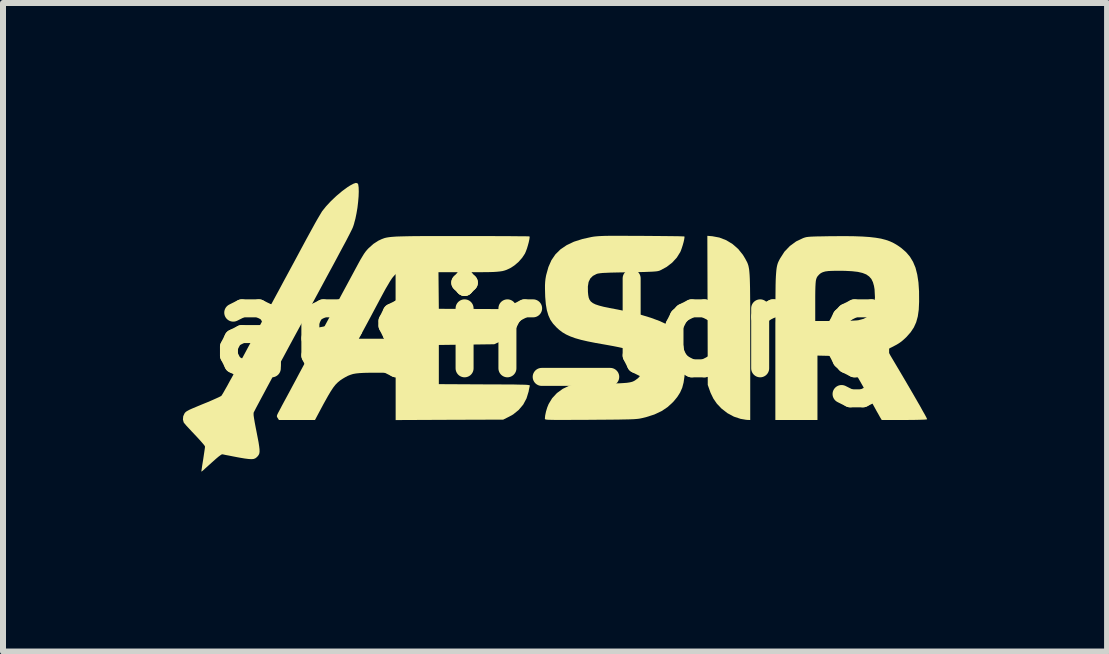
<source format=kicad_pcb>
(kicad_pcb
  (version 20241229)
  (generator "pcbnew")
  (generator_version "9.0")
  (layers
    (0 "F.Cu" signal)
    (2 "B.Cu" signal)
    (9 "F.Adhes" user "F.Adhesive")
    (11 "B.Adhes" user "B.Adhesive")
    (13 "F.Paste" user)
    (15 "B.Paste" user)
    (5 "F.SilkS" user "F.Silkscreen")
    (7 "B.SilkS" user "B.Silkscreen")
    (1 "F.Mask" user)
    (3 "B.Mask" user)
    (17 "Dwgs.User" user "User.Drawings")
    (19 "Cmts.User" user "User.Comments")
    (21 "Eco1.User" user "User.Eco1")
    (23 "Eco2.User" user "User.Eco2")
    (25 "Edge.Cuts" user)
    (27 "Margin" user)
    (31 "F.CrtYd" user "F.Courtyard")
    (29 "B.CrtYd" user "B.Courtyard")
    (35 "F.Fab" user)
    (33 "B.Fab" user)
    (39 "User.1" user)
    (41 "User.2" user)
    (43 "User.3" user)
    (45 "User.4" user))
  (footprint "aesir_long"
    (layer "F.Cu")
    (at 6.232 2.413)
    (property "Reference" "aesir_long" (at 0 0 0) (layer "F.SilkS") (effects (font (size 1.5 1.5) (thickness 0.3))))
    (attr board_only exclude_from_pos_files exclude_from_bom)
    (fp_poly (pts (xy 2.596 -1.524) (xy 2.713 -1.502) (xy 2.827 -1.458) (xy 2.932 -1.394) (xy 3.026 -1.312) (xy 3.105 -1.214) (xy 3.146 -1.146) (xy 3.159 -1.121) (xy 3.171 -1.099) (xy 3.181 -1.078) (xy 3.189 -1.056) (xy 3.197 -1.031) (xy 3.203 -1.002) (xy 3.209 -0.968) (xy 3.213 -0.926) (xy 3.217 -0.876) (xy 3.22 -0.816) (xy 3.222 -0.745) (xy 3.224 -0.66) (xy 3.225 -0.56) (xy 3.226 -0.444) (xy 3.227 -0.311) (xy 3.227 -0.158) (xy 3.227 0.016) (xy 3.227 0.212) (xy 3.227 0.317) (xy 3.227 1.54) (xy 3.187 1.539) (xy 3.154 1.536) (xy 3.108 1.528) (xy 3.067 1.521) (xy 2.955 1.484) (xy 2.847 1.426) (xy 2.748 1.349) (xy 2.671 1.268) (xy 2.613 1.184) (xy 2.566 1.087) (xy 2.553 1.051) (xy 2.519 0.955) (xy 2.516 -0.288) (xy 2.512 -1.531)) (stroke (width 0) (type solid)) (fill yes) (layer "F.SilkS"))
    (fp_poly (pts (xy 4.964 -1.524) (xy 5.099 -1.519) (xy 5.216 -1.511) (xy 5.319 -1.499) (xy 5.408 -1.484) (xy 5.488 -1.463) (xy 5.559 -1.438) (xy 5.624 -1.407) (xy 5.686 -1.37) (xy 5.747 -1.327) (xy 5.748 -1.326) (xy 5.825 -1.259) (xy 5.89 -1.183) (xy 5.942 -1.097) (xy 5.983 -0.999) (xy 6.012 -0.885) (xy 6.032 -0.755) (xy 6.042 -0.606) (xy 6.043 -0.435) (xy 6.043 -0.431) (xy 6.037 -0.299) (xy 6.021 -0.187) (xy 5.994 -0.089) (xy 5.955 -0.003) (xy 5.902 0.077) (xy 5.833 0.155) (xy 5.828 0.16) (xy 5.786 0.199) (xy 5.746 0.233) (xy 5.703 0.263) (xy 5.651 0.293) (xy 5.586 0.327) (xy 5.509 0.364) (xy 5.513 0.375) (xy 5.528 0.401) (xy 5.55 0.439) (xy 5.56 0.457) (xy 5.646 0.602) (xy 5.729 0.742) (xy 5.808 0.876) (xy 5.881 1.001) (xy 5.948 1.116) (xy 6.008 1.22) (xy 6.061 1.312) (xy 6.104 1.39) (xy 6.139 1.451) (xy 6.163 1.496) (xy 6.175 1.522) (xy 6.177 1.528) (xy 6.163 1.531) (xy 6.127 1.534) (xy 6.071 1.536) (xy 5.998 1.538) (xy 5.91 1.539) (xy 5.81 1.54) (xy 5.795 1.54) (xy 5.42 1.54) (xy 5.397 1.502) (xy 5.386 1.483) (xy 5.365 1.445) (xy 5.334 1.391) (xy 5.297 1.323) (xy 5.253 1.244) (xy 5.205 1.157) (xy 5.154 1.065) (xy 5.154 1.064) (xy 5.096 0.959) (xy 5.041 0.863) (xy 4.992 0.778) (xy 4.95 0.707) (xy 4.915 0.652) (xy 4.89 0.614) (xy 4.88 0.603) (xy 4.832 0.558) (xy 4.776 0.519) (xy 4.757 0.509) (xy 4.727 0.495) (xy 4.699 0.485) (xy 4.668 0.478) (xy 4.628 0.474) (xy 4.574 0.472) (xy 4.518 0.47) (xy 4.348 0.466) (xy 4.348 1.003) (xy 4.348 1.54) (xy 3.997 1.54) (xy 3.646 1.54) (xy 3.646 0.317) (xy 3.646 0.108) (xy 3.646 -0.077) (xy 3.647 -0.111) (xy 4.311 -0.111) (xy 4.634 -0.111) (xy 4.725 -0.111) (xy 4.812 -0.113) (xy 4.891 -0.115) (xy 4.958 -0.118) (xy 5.007 -0.121) (xy 5.032 -0.124) (xy 5.12 -0.148) (xy 5.19 -0.188) (xy 5.242 -0.243) (xy 5.277 -0.316) (xy 5.291 -0.364) (xy 5.307 -0.501) (xy 5.3 -0.64) (xy 5.291 -0.694) (xy 5.273 -0.758) (xy 5.247 -0.811) (xy 5.21 -0.853) (xy 5.162 -0.887) (xy 5.099 -0.912) (xy 5.02 -0.93) (xy 4.923 -0.941) (xy 4.804 -0.947) (xy 4.695 -0.948) (xy 4.604 -0.947) (xy 4.533 -0.944) (xy 4.479 -0.937) (xy 4.438 -0.925) (xy 4.405 -0.909) (xy 4.378 -0.887) (xy 4.365 -0.873) (xy 4.349 -0.855) (xy 4.337 -0.835) (xy 4.328 -0.811) (xy 4.321 -0.78) (xy 4.317 -0.738) (xy 4.314 -0.683) (xy 4.312 -0.611) (xy 4.311 -0.52) (xy 4.311 -0.443) (xy 4.311 -0.111) (xy 3.647 -0.111) (xy 3.647 -0.241) (xy 3.647 -0.385) (xy 3.648 -0.511) (xy 3.649 -0.619) (xy 3.65 -0.712) (xy 3.652 -0.791) (xy 3.655 -0.857) (xy 3.659 -0.913) (xy 3.663 -0.959) (xy 3.668 -0.997) (xy 3.674 -1.029) (xy 3.681 -1.056) (xy 3.689 -1.08) (xy 3.698 -1.101) (xy 3.709 -1.123) (xy 3.721 -1.146) (xy 3.726 -1.155) (xy 3.798 -1.267) (xy 3.888 -1.361) (xy 3.993 -1.438) (xy 4.109 -1.493) (xy 4.129 -1.5) (xy 4.149 -1.506) (xy 4.172 -1.511) (xy 4.2 -1.514) (xy 4.237 -1.517) (xy 4.284 -1.519) (xy 4.345 -1.521) (xy 4.423 -1.522) (xy 4.52 -1.524) (xy 4.632 -1.525) (xy 4.809 -1.526)) (stroke (width 0) (type solid)) (fill yes) (layer "F.SilkS"))
    (fp_poly (pts (xy -3.323 -2.408) (xy -3.309 -2.388) (xy -3.309 -2.387) (xy -3.302 -2.337) (xy -3.3 -2.268) (xy -3.303 -2.185) (xy -3.311 -2.094) (xy -3.322 -1.999) (xy -3.338 -1.905) (xy -3.356 -1.817) (xy -3.37 -1.766) (xy -3.374 -1.751) (xy -3.377 -1.737) (xy -3.381 -1.725) (xy -3.384 -1.714) (xy -3.388 -1.702) (xy -3.393 -1.688) (xy -3.399 -1.671) (xy -3.408 -1.651) (xy -3.42 -1.626) (xy -3.435 -1.596) (xy -3.453 -1.56) (xy -3.476 -1.516) (xy -3.503 -1.463) (xy -3.536 -1.401) (xy -3.575 -1.329) (xy -3.62 -1.245) (xy -3.671 -1.149) (xy -3.73 -1.039) (xy -3.797 -0.916) (xy -3.872 -0.777) (xy -3.956 -0.621) (xy -4.049 -0.449) (xy -4.153 -0.258) (xy -4.266 -0.048) (xy -4.391 0.182) (xy -4.465 0.319) (xy -4.546 0.47) (xy -4.624 0.614) (xy -4.699 0.752) (xy -4.768 0.881) (xy -4.832 1) (xy -4.889 1.107) (xy -4.939 1.2) (xy -4.981 1.279) (xy -5.014 1.341) (xy -5.037 1.386) (xy -5.05 1.411) (xy -5.052 1.415) (xy -5.054 1.434) (xy -5.053 1.466) (xy -5.046 1.513) (xy -5.035 1.579) (xy -5.019 1.664) (xy -5.007 1.724) (xy -4.987 1.828) (xy -4.971 1.911) (xy -4.961 1.976) (xy -4.955 2.026) (xy -4.954 2.064) (xy -4.957 2.093) (xy -4.965 2.115) (xy -4.977 2.134) (xy -4.983 2.142) (xy -5.005 2.164) (xy -5.027 2.18) (xy -5.055 2.19) (xy -5.091 2.193) (xy -5.139 2.19) (xy -5.202 2.182) (xy -5.285 2.168) (xy -5.323 2.161) (xy -5.396 2.147) (xy -5.461 2.134) (xy -5.515 2.124) (xy -5.553 2.116) (xy -5.57 2.112) (xy -5.579 2.112) (xy -5.591 2.117) (xy -5.61 2.13) (xy -5.637 2.15) (xy -5.674 2.181) (xy -5.723 2.224) (xy -5.785 2.28) (xy -5.863 2.35) (xy -5.891 2.376) (xy -5.913 2.394) (xy -5.924 2.4) (xy -5.925 2.399) (xy -5.923 2.385) (xy -5.918 2.351) (xy -5.911 2.301) (xy -5.901 2.24) (xy -5.894 2.197) (xy -5.884 2.129) (xy -5.875 2.069) (xy -5.868 2.021) (xy -5.864 1.99) (xy -5.864 1.982) (xy -5.872 1.967) (xy -5.895 1.938) (xy -5.93 1.898) (xy -5.974 1.849) (xy -6.025 1.794) (xy -6.034 1.785) (xy -6.087 1.729) (xy -6.135 1.677) (xy -6.175 1.634) (xy -6.203 1.601) (xy -6.218 1.582) (xy -6.219 1.581) (xy -6.232 1.532) (xy -6.227 1.477) (xy -6.205 1.429) (xy -6.194 1.415) (xy -6.179 1.401) (xy -6.156 1.387) (xy -6.123 1.369) (xy -6.076 1.348) (xy -6.014 1.322) (xy -5.933 1.288) (xy -5.894 1.272) (xy -5.815 1.24) (xy -5.743 1.209) (xy -5.68 1.181) (xy -5.632 1.159) (xy -5.601 1.143) (xy -5.59 1.136) (xy -5.58 1.12) (xy -5.559 1.086) (xy -5.53 1.035) (xy -5.493 0.97) (xy -5.452 0.894) (xy -5.405 0.81) (xy -5.367 0.739) (xy -5.324 0.659) (xy -5.271 0.56) (xy -5.209 0.446) (xy -5.142 0.321) (xy -5.069 0.187) (xy -4.994 0.047) (xy -4.918 -0.094) (xy -4.843 -0.234) (xy -4.78 -0.351) (xy -4.706 -0.488) (xy -4.629 -0.63) (xy -4.552 -0.774) (xy -4.475 -0.916) (xy -4.401 -1.053) (xy -4.332 -1.181) (xy -4.27 -1.297) (xy -4.216 -1.397) (xy -4.179 -1.466) (xy -4.127 -1.561) (xy -4.077 -1.652) (xy -4.031 -1.736) (xy -3.989 -1.81) (xy -3.953 -1.871) (xy -3.926 -1.916) (xy -3.911 -1.941) (xy -3.845 -2.023) (xy -3.764 -2.11) (xy -3.672 -2.197) (xy -3.577 -2.277) (xy -3.484 -2.345) (xy -3.444 -2.37) (xy -3.388 -2.4) (xy -3.349 -2.413)) (stroke (width 0) (type solid)) (fill yes) (layer "F.SilkS"))
    (fp_poly (pts (xy -1.423 -1.527) (xy -1.266 -1.527) (xy -1.117 -1.527) (xy -0.979 -1.526) (xy -0.853 -1.526) (xy -0.741 -1.525) (xy -0.645 -1.524) (xy -0.567 -1.524) (xy -0.507 -1.523) (xy -0.469 -1.522) (xy -0.453 -1.521) (xy -0.453 -1.521) (xy -0.451 -1.504) (xy -0.456 -1.47) (xy -0.466 -1.423) (xy -0.48 -1.371) (xy -0.496 -1.318) (xy -0.514 -1.27) (xy -0.53 -1.233) (xy -0.531 -1.232) (xy -0.576 -1.164) (xy -0.636 -1.096) (xy -0.705 -1.037) (xy -0.773 -0.993) (xy -0.773 -0.993) (xy -0.807 -0.977) (xy -0.838 -0.963) (xy -0.87 -0.952) (xy -0.905 -0.943) (xy -0.946 -0.937) (xy -0.995 -0.932) (xy -1.056 -0.928) (xy -1.131 -0.926) (xy -1.222 -0.925) (xy -1.332 -0.924) (xy -1.464 -0.924) (xy -1.475 -0.924) (xy -1.971 -0.924) (xy -1.968 -0.619) (xy -1.965 -0.314) (xy -1.276 -0.311) (xy -0.588 -0.308) (xy -0.596 -0.247) (xy -0.624 -0.127) (xy -0.673 -0.017) (xy -0.743 0.08) (xy -0.831 0.162) (xy -0.937 0.227) (xy -0.946 0.232) (xy -1.041 0.277) (xy -1.503 0.283) (xy -1.965 0.289) (xy -1.965 0.616) (xy -1.965 0.942) (xy -1.203 0.946) (xy -1.047 0.946) (xy -0.914 0.947) (xy -0.802 0.948) (xy -0.709 0.948) (xy -0.634 0.95) (xy -0.574 0.951) (xy -0.529 0.952) (xy -0.495 0.954) (xy -0.472 0.957) (xy -0.458 0.959) (xy -0.45 0.963) (xy -0.448 0.967) (xy -0.448 0.97) (xy -0.454 0.993) (xy -0.462 1.032) (xy -0.468 1.066) (xy -0.503 1.18) (xy -0.558 1.283) (xy -0.634 1.373) (xy -0.727 1.448) (xy -0.794 1.485) (xy -0.892 1.534) (xy -1.789 1.537) (xy -2.685 1.541) (xy -2.685 1.146) (xy -2.685 0.751) (xy -3.009 0.752) (xy -3.12 0.752) (xy -3.211 0.754) (xy -3.285 0.758) (xy -3.345 0.764) (xy -3.396 0.773) (xy -3.44 0.787) (xy -3.483 0.804) (xy -3.526 0.827) (xy -3.565 0.85) (xy -3.609 0.879) (xy -3.648 0.911) (xy -3.686 0.949) (xy -3.724 0.997) (xy -3.764 1.057) (xy -3.809 1.132) (xy -3.861 1.225) (xy -3.891 1.279) (xy -4.03 1.54) (xy -4.331 1.54) (xy -4.631 1.54) (xy -4.652 1.507) (xy -4.662 1.491) (xy -4.666 1.475) (xy -4.661 1.456) (xy -4.647 1.426) (xy -4.623 1.381) (xy -4.607 1.351) (xy -4.581 1.301) (xy -4.546 1.236) (xy -4.503 1.157) (xy -4.454 1.066) (xy -4.401 0.967) (xy -4.345 0.863) (xy -4.299 0.776) (xy -4.19 0.573) (xy -4.074 0.357) (xy -3.981 0.185) (xy -3.299 0.185) (xy -2.992 0.185) (xy -2.685 0.185) (xy -2.686 -0.354) (xy -2.686 -0.893) (xy -2.732 -0.841) (xy -2.752 -0.814) (xy -2.781 -0.769) (xy -2.815 -0.711) (xy -2.854 -0.645) (xy -2.893 -0.573) (xy -2.898 -0.564) (xy -2.942 -0.482) (xy -2.993 -0.386) (xy -3.048 -0.283) (xy -3.102 -0.181) (xy -3.152 -0.088) (xy -3.158 -0.077) (xy -3.299 0.185) (xy -3.981 0.185) (xy -3.953 0.131) (xy -3.829 -0.099) (xy -3.706 -0.327) (xy -3.587 -0.55) (xy -3.473 -0.761) (xy -3.368 -0.956) (xy -3.359 -0.973) (xy -3.311 -1.062) (xy -3.272 -1.133) (xy -3.239 -1.188) (xy -3.212 -1.232) (xy -3.187 -1.267) (xy -3.162 -1.297) (xy -3.136 -1.325) (xy -3.129 -1.331) (xy -3.055 -1.397) (xy -2.98 -1.446) (xy -2.969 -1.452) (xy -2.943 -1.464) (xy -2.92 -1.475) (xy -2.896 -1.484) (xy -2.872 -1.493) (xy -2.844 -1.5) (xy -2.811 -1.506) (xy -2.773 -1.511) (xy -2.726 -1.515) (xy -2.67 -1.519) (xy -2.604 -1.521) (xy -2.524 -1.523) (xy -2.43 -1.525) (xy -2.321 -1.526) (xy -2.194 -1.527) (xy -2.048 -1.527) (xy -1.881 -1.527) (xy -1.692 -1.527) (xy -1.588 -1.527)) (stroke (width 0) (type solid)) (fill yes) (layer "F.SilkS"))
    (fp_poly (pts (xy 1.158 -1.531) (xy 1.292 -1.53) (xy 1.416 -1.53) (xy 1.546 -1.529) (xy 1.668 -1.528) (xy 1.781 -1.527) (xy 1.881 -1.526) (xy 1.968 -1.525) (xy 2.038 -1.524) (xy 2.09 -1.522) (xy 2.121 -1.521) (xy 2.13 -1.52) (xy 2.131 -1.504) (xy 2.126 -1.471) (xy 2.116 -1.426) (xy 2.102 -1.376) (xy 2.086 -1.326) (xy 2.07 -1.282) (xy 2.061 -1.261) (xy 2.003 -1.168) (xy 1.925 -1.083) (xy 1.831 -1.011) (xy 1.728 -0.956) (xy 1.725 -0.954) (xy 1.708 -0.948) (xy 1.689 -0.943) (xy 1.665 -0.939) (xy 1.632 -0.936) (xy 1.589 -0.933) (xy 1.533 -0.931) (xy 1.461 -0.928) (xy 1.371 -0.926) (xy 1.26 -0.924) (xy 1.195 -0.923) (xy 1.071 -0.921) (xy 0.969 -0.919) (xy 0.886 -0.917) (xy 0.821 -0.914) (xy 0.77 -0.912) (xy 0.732 -0.908) (xy 0.703 -0.904) (xy 0.681 -0.9) (xy 0.665 -0.895) (xy 0.604 -0.863) (xy 0.56 -0.819) (xy 0.532 -0.761) (xy 0.52 -0.686) (xy 0.521 -0.595) (xy 0.526 -0.544) (xy 0.534 -0.5) (xy 0.548 -0.465) (xy 0.57 -0.435) (xy 0.602 -0.41) (xy 0.646 -0.388) (xy 0.706 -0.368) (xy 0.782 -0.348) (xy 0.877 -0.328) (xy 0.995 -0.306) (xy 1.016 -0.302) (xy 1.221 -0.26) (xy 1.407 -0.214) (xy 1.571 -0.164) (xy 1.714 -0.111) (xy 1.814 -0.065) (xy 1.904 -0.011) (xy 1.978 0.051) (xy 2.037 0.125) (xy 2.082 0.211) (xy 2.114 0.311) (xy 2.133 0.429) (xy 2.141 0.565) (xy 2.139 0.69) (xy 2.131 0.812) (xy 2.116 0.915) (xy 2.093 1.003) (xy 2.058 1.082) (xy 2.011 1.156) (xy 1.95 1.23) (xy 1.939 1.242) (xy 1.85 1.324) (xy 1.748 1.392) (xy 1.629 1.448) (xy 1.492 1.492) (xy 1.435 1.506) (xy 1.411 1.511) (xy 1.387 1.516) (xy 1.36 1.52) (xy 1.329 1.523) (xy 1.292 1.526) (xy 1.246 1.528) (xy 1.19 1.53) (xy 1.12 1.531) (xy 1.036 1.533) (xy 0.935 1.534) (xy 0.815 1.535) (xy 0.674 1.536) (xy 0.564 1.537) (xy 0.408 1.538) (xy 0.275 1.538) (xy 0.163 1.539) (xy 0.07 1.539) (xy -0.005 1.539) (xy -0.064 1.538) (xy -0.11 1.537) (xy -0.144 1.536) (xy -0.168 1.534) (xy -0.183 1.531) (xy -0.192 1.528) (xy -0.196 1.524) (xy -0.197 1.519) (xy -0.197 1.518) (xy -0.192 1.465) (xy -0.178 1.399) (xy -0.158 1.332) (xy -0.134 1.273) (xy -0.075 1.176) (xy 0.004 1.091) (xy 0.1 1.021) (xy 0.208 0.969) (xy 0.216 0.966) (xy 0.235 0.96) (xy 0.258 0.955) (xy 0.288 0.951) (xy 0.327 0.948) (xy 0.379 0.945) (xy 0.445 0.942) (xy 0.528 0.94) (xy 0.631 0.937) (xy 0.733 0.935) (xy 0.859 0.933) (xy 0.963 0.93) (xy 1.047 0.928) (xy 1.115 0.924) (xy 1.168 0.92) (xy 1.21 0.914) (xy 1.243 0.907) (xy 1.269 0.899) (xy 1.292 0.888) (xy 1.313 0.875) (xy 1.318 0.871) (xy 1.356 0.843) (xy 1.382 0.815) (xy 1.398 0.782) (xy 1.407 0.739) (xy 1.41 0.679) (xy 1.41 0.636) (xy 1.409 0.561) (xy 1.402 0.504) (xy 1.387 0.461) (xy 1.36 0.428) (xy 1.319 0.403) (xy 1.26 0.381) (xy 1.18 0.359) (xy 1.166 0.355) (xy 1.107 0.342) (xy 1.03 0.325) (xy 0.945 0.308) (xy 0.857 0.292) (xy 0.801 0.282) (xy 0.647 0.255) (xy 0.516 0.229) (xy 0.404 0.203) (xy 0.309 0.176) (xy 0.227 0.146) (xy 0.157 0.114) (xy 0.096 0.078) (xy 0.041 0.036) (xy -0.005 -0.006) (xy -0.061 -0.067) (xy -0.106 -0.132) (xy -0.139 -0.206) (xy -0.164 -0.291) (xy -0.181 -0.391) (xy -0.191 -0.51) (xy -0.193 -0.567) (xy -0.195 -0.647) (xy -0.195 -0.71) (xy -0.192 -0.763) (xy -0.187 -0.811) (xy -0.178 -0.863) (xy -0.174 -0.881) (xy -0.138 -1.01) (xy -0.088 -1.124) (xy -0.021 -1.222) (xy 0.063 -1.305) (xy 0.166 -1.375) (xy 0.288 -1.433) (xy 0.43 -1.478) (xy 0.579 -1.511) (xy 0.608 -1.516) (xy 0.638 -1.52) (xy 0.67 -1.523) (xy 0.708 -1.526) (xy 0.752 -1.528) (xy 0.805 -1.53) (xy 0.87 -1.531) (xy 0.949 -1.531) (xy 1.045 -1.531)) (stroke (width 0) (type solid)) (fill yes) (layer "F.SilkS")))
  (gr_rect
    (start -3 -3)
    (end 15.409 7.813)
    (stroke (width 0.1) (type default))
    (fill no)
    (layer "Edge.Cuts")))
</source>
